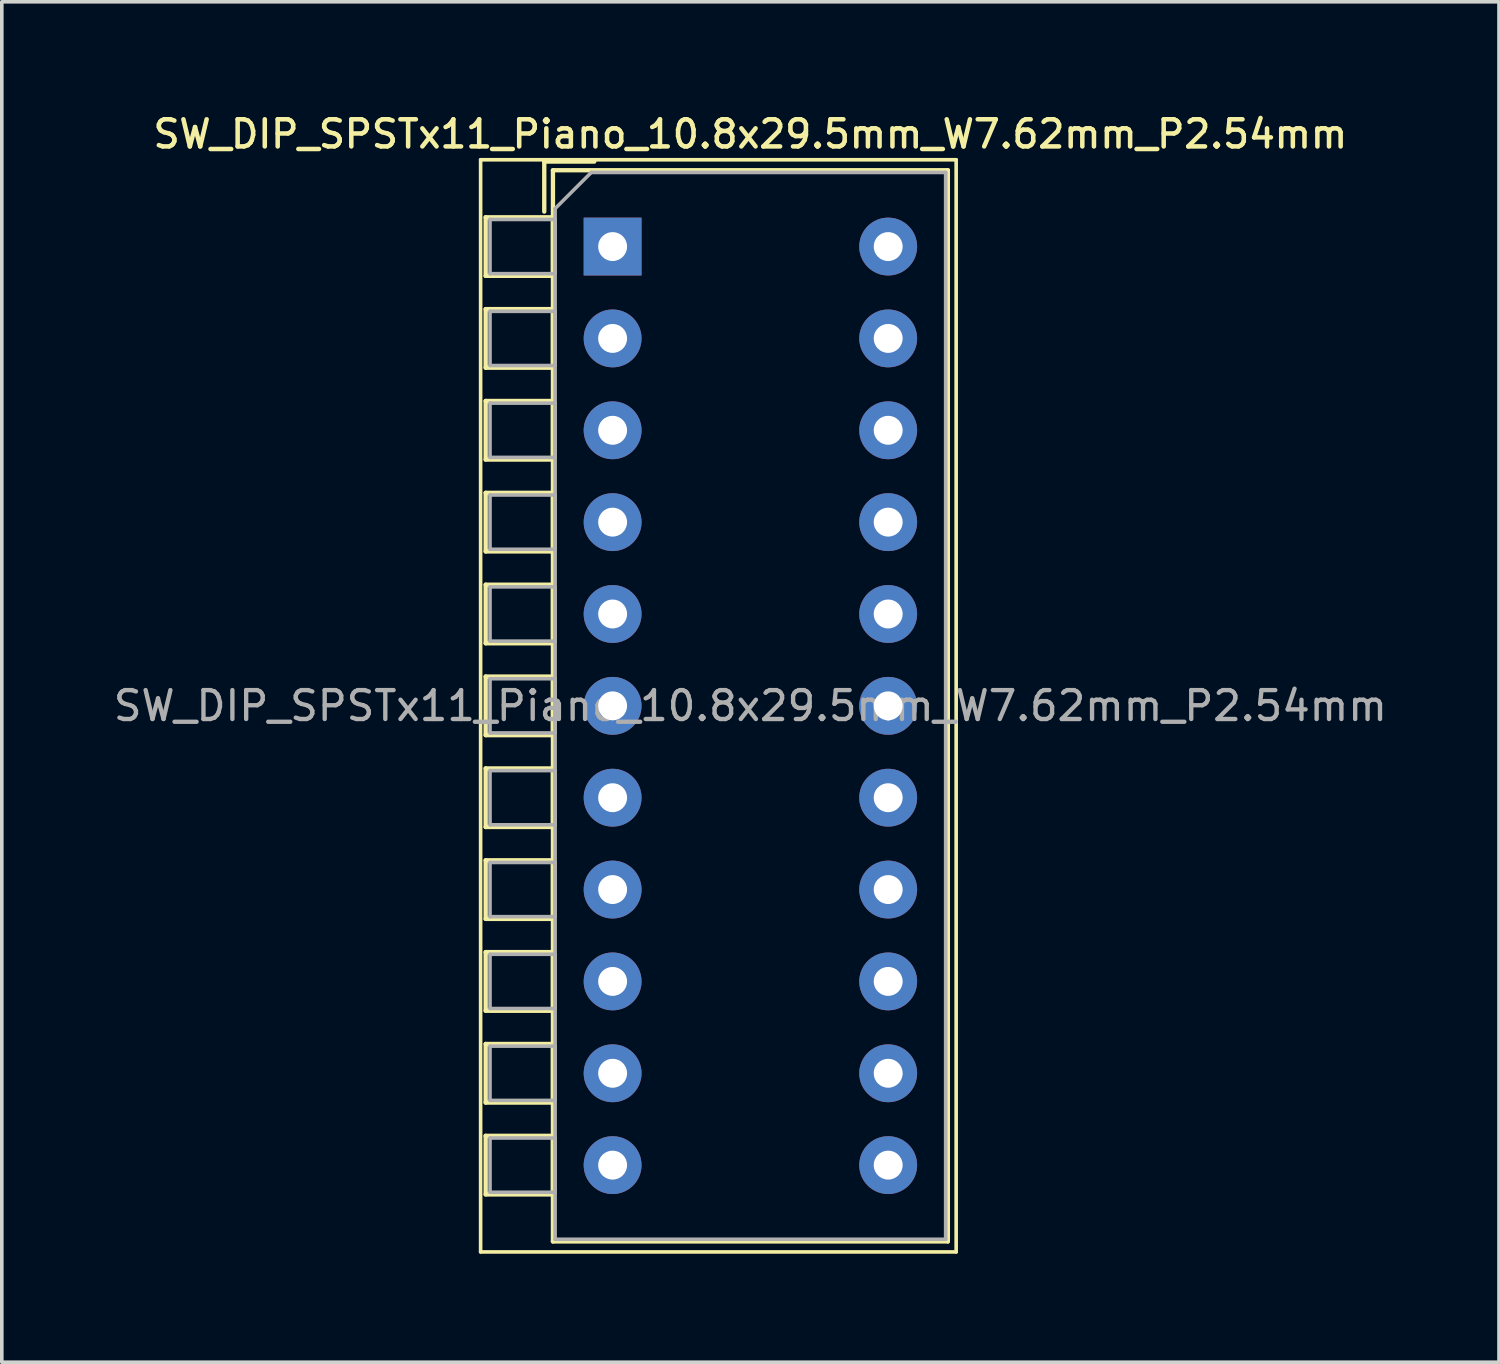
<source format=kicad_pcb>
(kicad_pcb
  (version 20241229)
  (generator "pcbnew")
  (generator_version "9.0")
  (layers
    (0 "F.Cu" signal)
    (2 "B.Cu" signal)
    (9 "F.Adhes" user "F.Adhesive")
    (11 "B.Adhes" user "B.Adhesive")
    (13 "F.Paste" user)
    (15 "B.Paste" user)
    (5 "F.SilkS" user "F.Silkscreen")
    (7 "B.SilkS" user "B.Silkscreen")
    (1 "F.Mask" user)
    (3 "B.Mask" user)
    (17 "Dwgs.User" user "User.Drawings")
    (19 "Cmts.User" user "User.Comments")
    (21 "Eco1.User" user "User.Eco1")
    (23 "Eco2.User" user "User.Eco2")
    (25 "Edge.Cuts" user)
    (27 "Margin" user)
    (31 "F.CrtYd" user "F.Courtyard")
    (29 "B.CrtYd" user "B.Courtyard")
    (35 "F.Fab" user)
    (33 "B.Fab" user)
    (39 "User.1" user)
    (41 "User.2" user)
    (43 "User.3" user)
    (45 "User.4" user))
  (footprint "SW_DIP_SPSTx11_Piano_10.8x29.5mm_W7.62mm_P2.54mm"
    (layer "F.Cu")
    (at 13.89 3.768)
    (property "Reference" "SW_DIP_SPSTx11_Piano_10.8x29.5mm_W7.62mm_P2.54mm" (at 3.81 -3.11 0) (layer "F.SilkS") (effects (font (size 0.75 0.75) (thickness 0.125))))
    (attr through_hole)
    (fp_line (start -3.65 -2.4) (end -3.65 27.8) (stroke (width 0.1) (type solid)) (layer "F.SilkS"))
    (fp_line (start -3.65 27.8) (end 9.5 27.8) (stroke (width 0.1) (type solid)) (layer "F.SilkS"))
    (fp_line (start -3.51 -0.81) (end -3.51 0.81) (stroke (width 0.12) (type solid)) (layer "F.SilkS"))
    (fp_line (start -3.51 -0.81) (end -1.65 -0.81) (stroke (width 0.12) (type solid)) (layer "F.SilkS"))
    (fp_line (start -3.51 0.81) (end -1.65 0.81) (stroke (width 0.12) (type solid)) (layer "F.SilkS"))
    (fp_line (start -3.51 1.73) (end -3.51 3.35) (stroke (width 0.12) (type solid)) (layer "F.SilkS"))
    (fp_line (start -3.51 1.73) (end -1.65 1.73) (stroke (width 0.12) (type solid)) (layer "F.SilkS"))
    (fp_line (start -3.51 3.35) (end -1.65 3.35) (stroke (width 0.12) (type solid)) (layer "F.SilkS"))
    (fp_line (start -3.51 4.27) (end -3.51 5.89) (stroke (width 0.12) (type solid)) (layer "F.SilkS"))
    (fp_line (start -3.51 4.27) (end -1.65 4.27) (stroke (width 0.12) (type solid)) (layer "F.SilkS"))
    (fp_line (start -3.51 5.89) (end -1.65 5.89) (stroke (width 0.12) (type solid)) (layer "F.SilkS"))
    (fp_line (start -3.51 6.81) (end -3.51 8.43) (stroke (width 0.12) (type solid)) (layer "F.SilkS"))
    (fp_line (start -3.51 6.81) (end -1.65 6.81) (stroke (width 0.12) (type solid)) (layer "F.SilkS"))
    (fp_line (start -3.51 8.43) (end -1.65 8.43) (stroke (width 0.12) (type solid)) (layer "F.SilkS"))
    (fp_line (start -3.51 9.35) (end -3.51 10.97) (stroke (width 0.12) (type solid)) (layer "F.SilkS"))
    (fp_line (start -3.51 9.35) (end -1.65 9.35) (stroke (width 0.12) (type solid)) (layer "F.SilkS"))
    (fp_line (start -3.51 10.97) (end -1.65 10.97) (stroke (width 0.12) (type solid)) (layer "F.SilkS"))
    (fp_line (start -3.51 11.89) (end -3.51 13.51) (stroke (width 0.12) (type solid)) (layer "F.SilkS"))
    (fp_line (start -3.51 11.89) (end -1.65 11.89) (stroke (width 0.12) (type solid)) (layer "F.SilkS"))
    (fp_line (start -3.51 13.51) (end -1.65 13.51) (stroke (width 0.12) (type solid)) (layer "F.SilkS"))
    (fp_line (start -3.51 14.43) (end -3.51 16.05) (stroke (width 0.12) (type solid)) (layer "F.SilkS"))
    (fp_line (start -3.51 14.43) (end -1.65 14.43) (stroke (width 0.12) (type solid)) (layer "F.SilkS"))
    (fp_line (start -3.51 16.05) (end -1.65 16.05) (stroke (width 0.12) (type solid)) (layer "F.SilkS"))
    (fp_line (start -3.51 16.971) (end -3.51 18.591) (stroke (width 0.12) (type solid)) (layer "F.SilkS"))
    (fp_line (start -3.51 16.971) (end -1.65 16.971) (stroke (width 0.12) (type solid)) (layer "F.SilkS"))
    (fp_line (start -3.51 18.591) (end -1.65 18.591) (stroke (width 0.12) (type solid)) (layer "F.SilkS"))
    (fp_line (start -3.51 19.51) (end -3.51 21.131) (stroke (width 0.12) (type solid)) (layer "F.SilkS"))
    (fp_line (start -3.51 19.51) (end -1.65 19.51) (stroke (width 0.12) (type solid)) (layer "F.SilkS"))
    (fp_line (start -3.51 21.131) (end -1.65 21.131) (stroke (width 0.12) (type solid)) (layer "F.SilkS"))
    (fp_line (start -3.51 22.05) (end -3.51 23.67) (stroke (width 0.12) (type solid)) (layer "F.SilkS"))
    (fp_line (start -3.51 22.05) (end -1.65 22.05) (stroke (width 0.12) (type solid)) (layer "F.SilkS"))
    (fp_line (start -3.51 23.67) (end -1.65 23.67) (stroke (width 0.12) (type solid)) (layer "F.SilkS"))
    (fp_line (start -3.51 24.59) (end -3.51 26.21) (stroke (width 0.12) (type solid)) (layer "F.SilkS"))
    (fp_line (start -3.51 24.59) (end -1.65 24.59) (stroke (width 0.12) (type solid)) (layer "F.SilkS"))
    (fp_line (start -3.51 26.21) (end -1.65 26.21) (stroke (width 0.12) (type solid)) (layer "F.SilkS"))
    (fp_line (start -1.89 -2.35) (end -1.89 -0.967) (stroke (width 0.12) (type solid)) (layer "F.SilkS"))
    (fp_line (start -1.89 -2.35) (end -0.507 -2.35) (stroke (width 0.12) (type solid)) (layer "F.SilkS"))
    (fp_line (start -1.65 -2.11) (end -1.65 27.51) (stroke (width 0.12) (type solid)) (layer "F.SilkS"))
    (fp_line (start -1.65 -2.11) (end 9.27 -2.11) (stroke (width 0.12) (type solid)) (layer "F.SilkS"))
    (fp_line (start -1.65 -0.81) (end -1.65 0.81) (stroke (width 0.12) (type solid)) (layer "F.SilkS"))
    (fp_line (start -1.65 1.73) (end -1.65 3.35) (stroke (width 0.12) (type solid)) (layer "F.SilkS"))
    (fp_line (start -1.65 4.27) (end -1.65 5.89) (stroke (width 0.12) (type solid)) (layer "F.SilkS"))
    (fp_line (start -1.65 6.81) (end -1.65 8.43) (stroke (width 0.12) (type solid)) (layer "F.SilkS"))
    (fp_line (start -1.65 9.35) (end -1.65 10.97) (stroke (width 0.12) (type solid)) (layer "F.SilkS"))
    (fp_line (start -1.65 11.89) (end -1.65 13.51) (stroke (width 0.12) (type solid)) (layer "F.SilkS"))
    (fp_line (start -1.65 14.43) (end -1.65 16.05) (stroke (width 0.12) (type solid)) (layer "F.SilkS"))
    (fp_line (start -1.65 16.971) (end -1.65 18.591) (stroke (width 0.12) (type solid)) (layer "F.SilkS"))
    (fp_line (start -1.65 19.51) (end -1.65 21.131) (stroke (width 0.12) (type solid)) (layer "F.SilkS"))
    (fp_line (start -1.65 22.05) (end -1.65 23.67) (stroke (width 0.12) (type solid)) (layer "F.SilkS"))
    (fp_line (start -1.65 24.59) (end -1.65 26.21) (stroke (width 0.12) (type solid)) (layer "F.SilkS"))
    (fp_line (start -1.65 27.51) (end 9.27 27.51) (stroke (width 0.12) (type solid)) (layer "F.SilkS"))
    (fp_line (start 9.27 -2.11) (end 9.27 27.51) (stroke (width 0.12) (type solid)) (layer "F.SilkS"))
    (fp_line (start 9.5 -2.4) (end -3.65 -2.4) (stroke (width 0.1) (type solid)) (layer "F.SilkS"))
    (fp_line (start 9.5 27.8) (end 9.5 -2.4) (stroke (width 0.1) (type solid)) (layer "F.SilkS"))
    (fp_line (start -3.39 -0.75) (end -1.59 -0.75) (stroke (width 0.1) (type solid)) (layer "F.Fab"))
    (fp_line (start -3.39 0.75) (end -3.39 -0.75) (stroke (width 0.1) (type solid)) (layer "F.Fab"))
    (fp_line (start -3.39 1.79) (end -1.59 1.79) (stroke (width 0.1) (type solid)) (layer "F.Fab"))
    (fp_line (start -3.39 3.29) (end -3.39 1.79) (stroke (width 0.1) (type solid)) (layer "F.Fab"))
    (fp_line (start -3.39 4.33) (end -1.59 4.33) (stroke (width 0.1) (type solid)) (layer "F.Fab"))
    (fp_line (start -3.39 5.83) (end -3.39 4.33) (stroke (width 0.1) (type solid)) (layer "F.Fab"))
    (fp_line (start -3.39 6.87) (end -1.59 6.87) (stroke (width 0.1) (type solid)) (layer "F.Fab"))
    (fp_line (start -3.39 8.37) (end -3.39 6.87) (stroke (width 0.1) (type solid)) (layer "F.Fab"))
    (fp_line (start -3.39 9.41) (end -1.59 9.41) (stroke (width 0.1) (type solid)) (layer "F.Fab"))
    (fp_line (start -3.39 10.91) (end -3.39 9.41) (stroke (width 0.1) (type solid)) (layer "F.Fab"))
    (fp_line (start -3.39 11.95) (end -1.59 11.95) (stroke (width 0.1) (type solid)) (layer "F.Fab"))
    (fp_line (start -3.39 13.45) (end -3.39 11.95) (stroke (width 0.1) (type solid)) (layer "F.Fab"))
    (fp_line (start -3.39 14.49) (end -1.59 14.49) (stroke (width 0.1) (type solid)) (layer "F.Fab"))
    (fp_line (start -3.39 15.99) (end -3.39 14.49) (stroke (width 0.1) (type solid)) (layer "F.Fab"))
    (fp_line (start -3.39 17.03) (end -1.59 17.03) (stroke (width 0.1) (type solid)) (layer "F.Fab"))
    (fp_line (start -3.39 18.53) (end -3.39 17.03) (stroke (width 0.1) (type solid)) (layer "F.Fab"))
    (fp_line (start -3.39 19.57) (end -1.59 19.57) (stroke (width 0.1) (type solid)) (layer "F.Fab"))
    (fp_line (start -3.39 21.07) (end -3.39 19.57) (stroke (width 0.1) (type solid)) (layer "F.Fab"))
    (fp_line (start -3.39 22.11) (end -1.59 22.11) (stroke (width 0.1) (type solid)) (layer "F.Fab"))
    (fp_line (start -3.39 23.61) (end -3.39 22.11) (stroke (width 0.1) (type solid)) (layer "F.Fab"))
    (fp_line (start -3.39 24.65) (end -1.59 24.65) (stroke (width 0.1) (type solid)) (layer "F.Fab"))
    (fp_line (start -3.39 26.15) (end -3.39 24.65) (stroke (width 0.1) (type solid)) (layer "F.Fab"))
    (fp_line (start -1.59 -1.05) (end -0.59 -2.05) (stroke (width 0.1) (type solid)) (layer "F.Fab"))
    (fp_line (start -1.59 -0.75) (end -1.59 0.75) (stroke (width 0.1) (type solid)) (layer "F.Fab"))
    (fp_line (start -1.59 0.75) (end -3.39 0.75) (stroke (width 0.1) (type solid)) (layer "F.Fab"))
    (fp_line (start -1.59 1.79) (end -1.59 3.29) (stroke (width 0.1) (type solid)) (layer "F.Fab"))
    (fp_line (start -1.59 3.29) (end -3.39 3.29) (stroke (width 0.1) (type solid)) (layer "F.Fab"))
    (fp_line (start -1.59 4.33) (end -1.59 5.83) (stroke (width 0.1) (type solid)) (layer "F.Fab"))
    (fp_line (start -1.59 5.83) (end -3.39 5.83) (stroke (width 0.1) (type solid)) (layer "F.Fab"))
    (fp_line (start -1.59 6.87) (end -1.59 8.37) (stroke (width 0.1) (type solid)) (layer "F.Fab"))
    (fp_line (start -1.59 8.37) (end -3.39 8.37) (stroke (width 0.1) (type solid)) (layer "F.Fab"))
    (fp_line (start -1.59 9.41) (end -1.59 10.91) (stroke (width 0.1) (type solid)) (layer "F.Fab"))
    (fp_line (start -1.59 10.91) (end -3.39 10.91) (stroke (width 0.1) (type solid)) (layer "F.Fab"))
    (fp_line (start -1.59 11.95) (end -1.59 13.45) (stroke (width 0.1) (type solid)) (layer "F.Fab"))
    (fp_line (start -1.59 13.45) (end -3.39 13.45) (stroke (width 0.1) (type solid)) (layer "F.Fab"))
    (fp_line (start -1.59 14.49) (end -1.59 15.99) (stroke (width 0.1) (type solid)) (layer "F.Fab"))
    (fp_line (start -1.59 15.99) (end -3.39 15.99) (stroke (width 0.1) (type solid)) (layer "F.Fab"))
    (fp_line (start -1.59 17.03) (end -1.59 18.53) (stroke (width 0.1) (type solid)) (layer "F.Fab"))
    (fp_line (start -1.59 18.53) (end -3.39 18.53) (stroke (width 0.1) (type solid)) (layer "F.Fab"))
    (fp_line (start -1.59 19.57) (end -1.59 21.07) (stroke (width 0.1) (type solid)) (layer "F.Fab"))
    (fp_line (start -1.59 21.07) (end -3.39 21.07) (stroke (width 0.1) (type solid)) (layer "F.Fab"))
    (fp_line (start -1.59 22.11) (end -1.59 23.61) (stroke (width 0.1) (type solid)) (layer "F.Fab"))
    (fp_line (start -1.59 23.61) (end -3.39 23.61) (stroke (width 0.1) (type solid)) (layer "F.Fab"))
    (fp_line (start -1.59 24.65) (end -1.59 26.15) (stroke (width 0.1) (type solid)) (layer "F.Fab"))
    (fp_line (start -1.59 26.15) (end -3.39 26.15) (stroke (width 0.1) (type solid)) (layer "F.Fab"))
    (fp_line (start -1.59 27.45) (end -1.59 -1.05) (stroke (width 0.1) (type solid)) (layer "F.Fab"))
    (fp_line (start -0.59 -2.05) (end 9.21 -2.05) (stroke (width 0.1) (type solid)) (layer "F.Fab"))
    (fp_line (start 9.21 -2.05) (end 9.21 27.45) (stroke (width 0.1) (type solid)) (layer "F.Fab"))
    (fp_line (start 9.21 27.45) (end -1.59 27.45) (stroke (width 0.1) (type solid)) (layer "F.Fab"))
    (fp_text user "${REFERENCE}" (at 3.81 12.7 0) (layer "F.Fab") (effects (font (size 0.8 0.8) (thickness 0.12))))
    (pad "1" thru_hole rect (at 0 0) (size 1.6 1.6) (drill 0.8) (layers "*.Cu" "*.Mask"))
    (pad "2" thru_hole oval (at 0 2.54) (size 1.6 1.6) (drill 0.8) (layers "*.Cu" "*.Mask"))
    (pad "3" thru_hole oval (at 0 5.08) (size 1.6 1.6) (drill 0.8) (layers "*.Cu" "*.Mask"))
    (pad "4" thru_hole oval (at 0 7.62) (size 1.6 1.6) (drill 0.8) (layers "*.Cu" "*.Mask"))
    (pad "5" thru_hole oval (at 0 10.16) (size 1.6 1.6) (drill 0.8) (layers "*.Cu" "*.Mask"))
    (pad "6" thru_hole oval (at 0 12.7) (size 1.6 1.6) (drill 0.8) (layers "*.Cu" "*.Mask"))
    (pad "7" thru_hole oval (at 0 15.24) (size 1.6 1.6) (drill 0.8) (layers "*.Cu" "*.Mask"))
    (pad "8" thru_hole oval (at 0 17.78) (size 1.6 1.6) (drill 0.8) (layers "*.Cu" "*.Mask"))
    (pad "9" thru_hole oval (at 0 20.32) (size 1.6 1.6) (drill 0.8) (layers "*.Cu" "*.Mask"))
    (pad "10" thru_hole oval (at 0 22.86) (size 1.6 1.6) (drill 0.8) (layers "*.Cu" "*.Mask"))
    (pad "11" thru_hole oval (at 0 25.4) (size 1.6 1.6) (drill 0.8) (layers "*.Cu" "*.Mask"))
    (pad "12" thru_hole oval (at 7.62 25.4) (size 1.6 1.6) (drill 0.8) (layers "*.Cu" "*.Mask"))
    (pad "13" thru_hole oval (at 7.62 22.86) (size 1.6 1.6) (drill 0.8) (layers "*.Cu" "*.Mask"))
    (pad "14" thru_hole oval (at 7.62 20.32) (size 1.6 1.6) (drill 0.8) (layers "*.Cu" "*.Mask"))
    (pad "15" thru_hole oval (at 7.62 17.78) (size 1.6 1.6) (drill 0.8) (layers "*.Cu" "*.Mask"))
    (pad "16" thru_hole oval (at 7.62 15.24) (size 1.6 1.6) (drill 0.8) (layers "*.Cu" "*.Mask"))
    (pad "17" thru_hole oval (at 7.62 12.7) (size 1.6 1.6) (drill 0.8) (layers "*.Cu" "*.Mask"))
    (pad "18" thru_hole oval (at 7.62 10.16) (size 1.6 1.6) (drill 0.8) (layers "*.Cu" "*.Mask"))
    (pad "19" thru_hole oval (at 7.62 7.62) (size 1.6 1.6) (drill 0.8) (layers "*.Cu" "*.Mask"))
    (pad "20" thru_hole oval (at 7.62 5.08) (size 1.6 1.6) (drill 0.8) (layers "*.Cu" "*.Mask"))
    (pad "21" thru_hole oval (at 7.62 2.54) (size 1.6 1.6) (drill 0.8) (layers "*.Cu" "*.Mask"))
    (pad "22" thru_hole oval (at 7.62 0) (size 1.6 1.6) (drill 0.8) (layers "*.Cu" "*.Mask")))
  (gr_rect
    (start -3 -3)
    (end 38.4 34.618)
    (stroke (width 0.1) (type default))
    (fill no)
    (layer "Edge.Cuts")))
</source>
